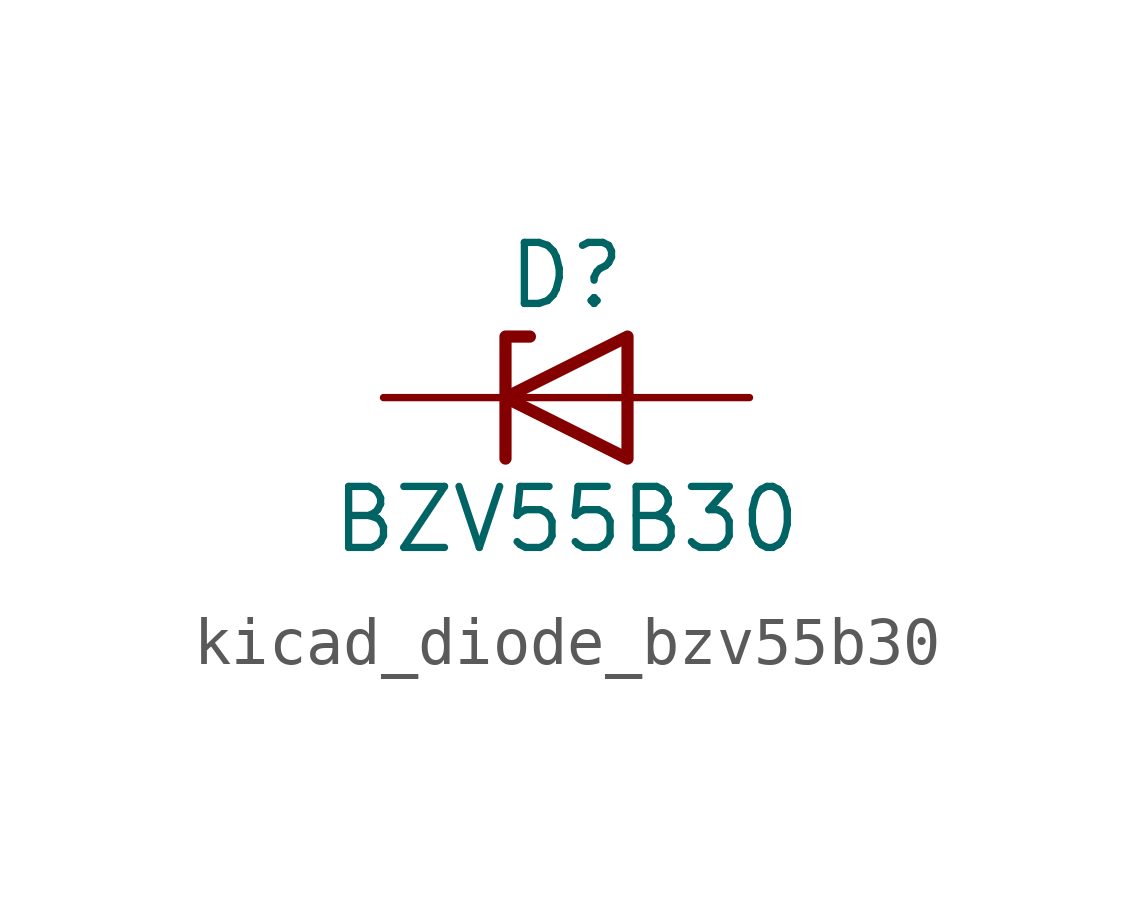
<source format=kicad_sym>
(kicad_symbol_lib
  (version 20220914)
  (generator kicad_symbol_editor)
  (symbol "kicad_diode_bzv55b30"
    (pin_numbers hide)
    (pin_names hide)
    (property "Reference" "D"
      (at 0 2.54 0)
      (effects (font (size 1.27 1.27))))
    (property "Value" "BZV55B30"
      (at 0 -2.54 0)
      (effects (font (size 1.27 1.27))))
    (symbol "kicad_diode_bzv55b30_0_1"
      (polyline (pts (xy 1.27 0) (xy -1.27 0)) (stroke (width 0) (type default)) (fill (type none)))
      (polyline (pts (xy -1.27 -1.27) (xy -1.27 1.27) (xy -0.762 1.27)) (stroke (width 0.254) (type default)) (fill (type none)))
      (polyline (pts (xy 1.27 -1.27) (xy 1.27 1.27) (xy -1.27 0) (xy 1.27 -1.27)) (stroke (width 0.254) (type default)) (fill (type none))))
    (symbol "kicad_diode_bzv55b30_1_1"
      (pin passive line (at -3.81 0 0) (length 2.54) (name "K" (effects (font (size 1.27 1.27)))) (number "1" (effects (font (size 1.27 1.27)))))
      (pin passive line (at 3.81 0 180) (length 2.54) (name "A" (effects (font (size 1.27 1.27)))) (number "2" (effects (font (size 1.27 1.27))))))))
</source>
